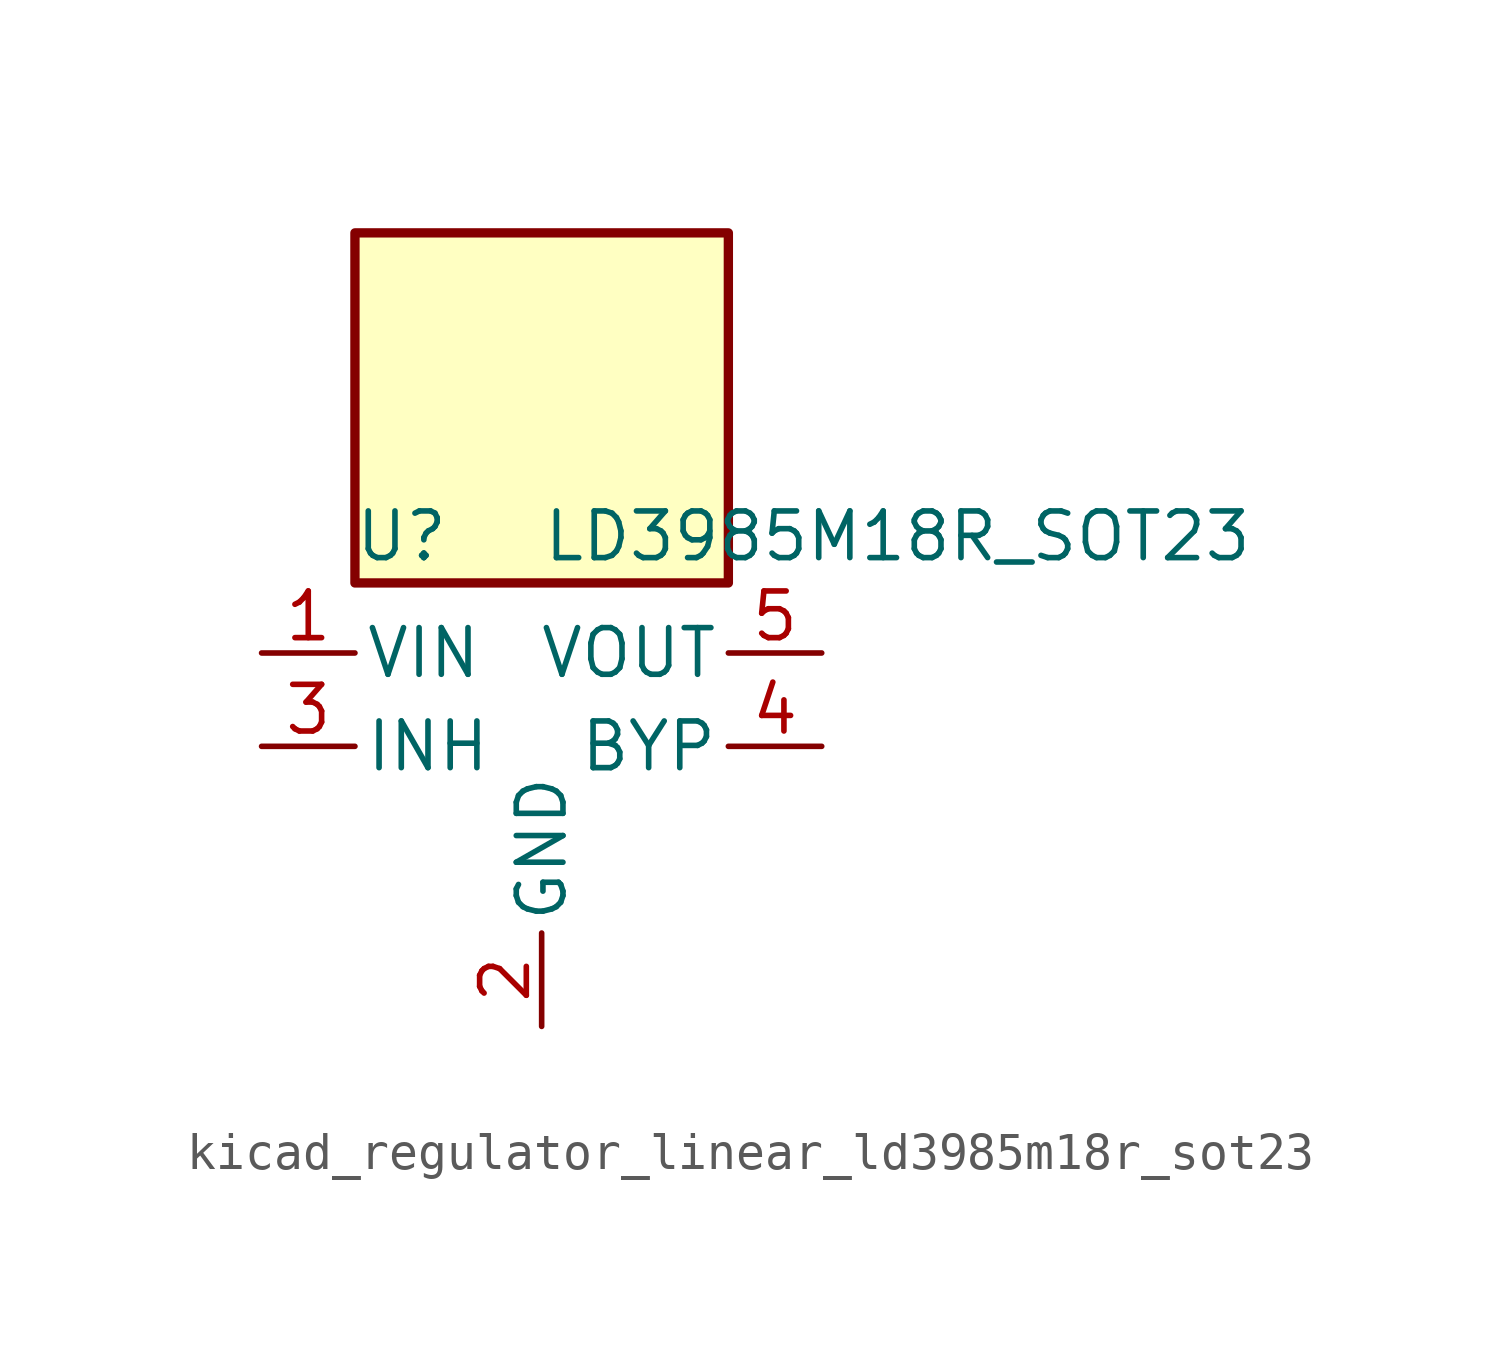
<source format=kicad_sym>
(kicad_symbol_lib
  (version 20220914)
  (generator kicad_symbol_editor)
  (symbol "kicad_regulator_linear_ld3985m18r_sot23"
    (pin_names
      (offset 0.254))
    (property "Reference" "U"
      (at -3.81 5.715 0)
      (effects (font (size 1.27 1.27))))
    (property "Value" "LD3985M18R_SOT23"
      (at 0 5.715 0)
      (effects (font (size 1.27 1.27)) (justify left)))
    (symbol "kicad_regulator_linear_ld3985m18r_sot23_0_1"
      (rectangle (start 5.08 13.97) (end -5.08 4.445) (stroke (width 0.254) (type default)) (fill (type background))))
    (symbol "kicad_regulator_linear_ld3985m18r_sot23_1_1"
      (pin power_in line (at -7.62 2.54 0) (length 2.54) (name "VIN" (effects (font (size 1.27 1.27)))) (number "1" (effects (font (size 1.27 1.27)))))
      (pin power_in line (at 0 -7.62 90) (length 2.54) (name "GND" (effects (font (size 1.27 1.27)))) (number "2" (effects (font (size 1.27 1.27)))))
      (pin input line (at -7.62 0 0) (length 2.54) (name "INH" (effects (font (size 1.27 1.27)))) (number "3" (effects (font (size 1.27 1.27)))))
      (pin input line (at 7.62 0 180) (length 2.54) (name "BYP" (effects (font (size 1.27 1.27)))) (number "4" (effects (font (size 1.27 1.27)))))
      (pin power_out line (at 7.62 2.54 180) (length 2.54) (name "VOUT" (effects (font (size 1.27 1.27)))) (number "5" (effects (font (size 1.27 1.27))))))))
</source>
